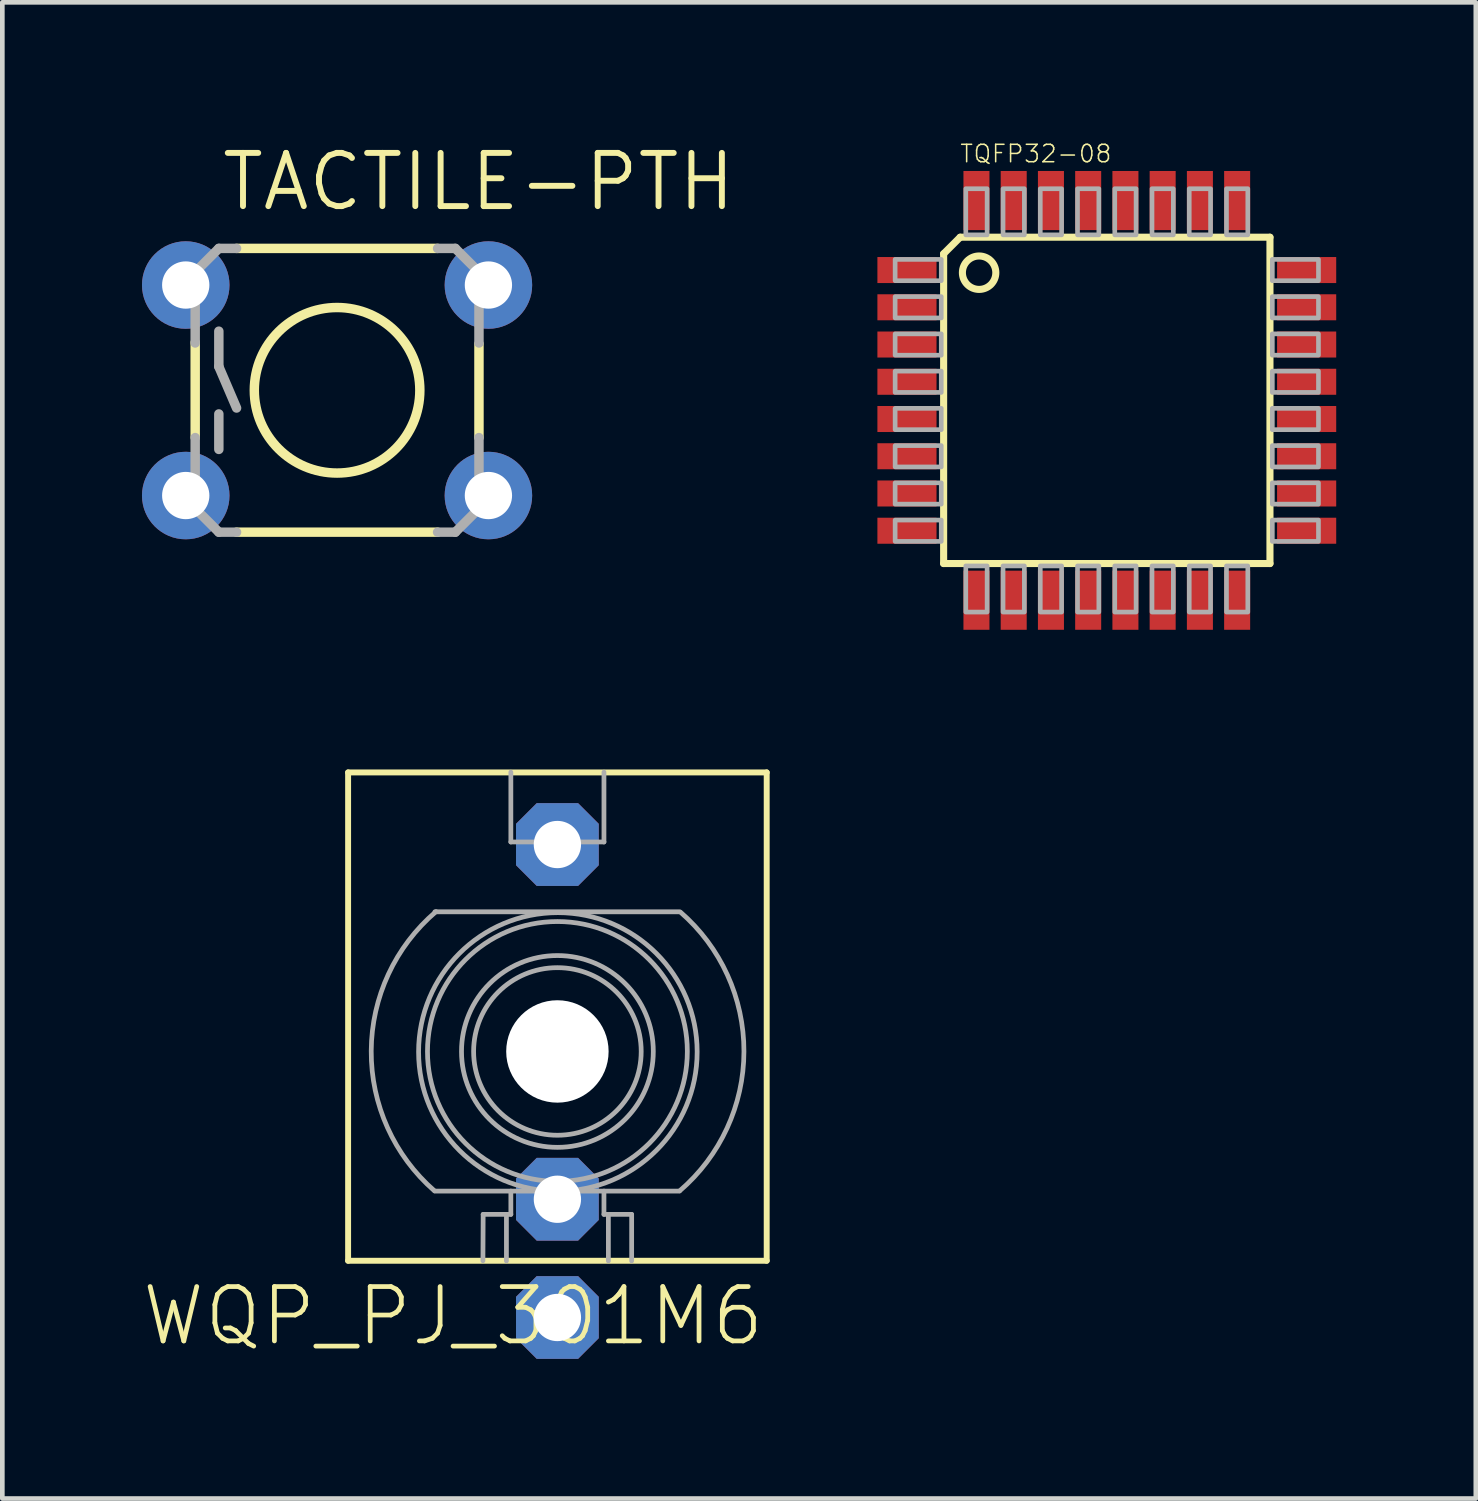
<source format=kicad_pcb>
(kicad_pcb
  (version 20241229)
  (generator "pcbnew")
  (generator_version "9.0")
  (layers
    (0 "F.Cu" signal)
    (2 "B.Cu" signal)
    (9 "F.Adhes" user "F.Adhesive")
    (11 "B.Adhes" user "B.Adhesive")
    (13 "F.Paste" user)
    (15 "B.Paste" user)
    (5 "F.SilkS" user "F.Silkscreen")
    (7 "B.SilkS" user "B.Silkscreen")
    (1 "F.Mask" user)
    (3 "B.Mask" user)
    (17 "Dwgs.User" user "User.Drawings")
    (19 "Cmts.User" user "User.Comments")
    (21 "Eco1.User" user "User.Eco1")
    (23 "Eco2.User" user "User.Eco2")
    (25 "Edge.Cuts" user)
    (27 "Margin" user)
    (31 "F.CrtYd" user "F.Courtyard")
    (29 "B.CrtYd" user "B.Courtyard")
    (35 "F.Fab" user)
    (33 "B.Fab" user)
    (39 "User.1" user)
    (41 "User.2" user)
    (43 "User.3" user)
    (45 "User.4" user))
  (footprint "WQP_PJ_301M6"
    (layer "F.Cu")
    (at 8.924 19.537)
    (property "Reference" "WQP_PJ_301M6" (at 4.5 5 0) (layer "F.SilkS") (effects (font (size 1.168 1.168) (thickness 0.102)) (justify right top)))
    (fp_line (start -4.496 -5.994) (end 4.496 -5.994) (stroke (width 0.127) (type solid)) (layer "F.SilkS"))
    (fp_line (start -4.496 4.496) (end -4.496 -5.994) (stroke (width 0.127) (type solid)) (layer "F.SilkS"))
    (fp_line (start 4.496 -5.994) (end 4.496 4.496) (stroke (width 0.127) (type solid)) (layer "F.SilkS"))
    (fp_line (start 4.496 4.496) (end -4.496 4.496) (stroke (width 0.127) (type solid)) (layer "F.SilkS"))
    (fp_line (start -2.631 -3) (end 2.62 -3) (stroke (width 0.102) (type solid)) (layer "F.Fab"))
    (fp_line (start -2.631 3) (end 2.62 3) (stroke (width 0.102) (type solid)) (layer "F.Fab"))
    (fp_line (start -1.6 4.496) (end -1.595 3.5) (stroke (width 0.102) (type solid)) (layer "F.Fab"))
    (fp_line (start -1.595 3.5) (end -1.095 3.5) (stroke (width 0.102) (type solid)) (layer "F.Fab"))
    (fp_line (start -1.095 3.5) (end -1.095 4.5) (stroke (width 0.102) (type solid)) (layer "F.Fab"))
    (fp_line (start -1.095 3.5) (end -1 3.5) (stroke (width 0.102) (type solid)) (layer "F.Fab"))
    (fp_line (start -1 -4.5) (end -1 -6) (stroke (width 0.102) (type solid)) (layer "F.Fab"))
    (fp_line (start -1 0) (end 1 0) (stroke (width 0.102) (type solid)) (layer "F.Fab"))
    (fp_line (start -1 3.5) (end -1 3) (stroke (width 0.102) (type solid)) (layer "F.Fab"))
    (fp_line (start 0 -1) (end 0 1) (stroke (width 0.102) (type solid)) (layer "F.Fab"))
    (fp_line (start 1 -6) (end 1 -4.5) (stroke (width 0.102) (type solid)) (layer "F.Fab"))
    (fp_line (start 1 -4.5) (end -1 -4.5) (stroke (width 0.102) (type solid)) (layer "F.Fab"))
    (fp_line (start 1 3) (end 1 3.5) (stroke (width 0.102) (type solid)) (layer "F.Fab"))
    (fp_line (start 1 3.5) (end 1.095 3.5) (stroke (width 0.102) (type solid)) (layer "F.Fab"))
    (fp_line (start 1.095 3.5) (end 1.095 4.5) (stroke (width 0.102) (type solid)) (layer "F.Fab"))
    (fp_line (start 1.095 3.5) (end 1.595 3.5) (stroke (width 0.102) (type solid)) (layer "F.Fab"))
    (fp_line (start 1.595 3.5) (end 1.595 4.5) (stroke (width 0.102) (type solid)) (layer "F.Fab"))
    (fp_arc (start -2.641998 2.994) (mid -3.999529 -0.012791) (end -2.608 -3.004) (stroke (width 0.1016) (type solid)) (layer "F.Fab"))
    (fp_arc (start 2.642 -2.994) (mid 4.007235 0.003208) (end 2.628 2.994) (stroke (width 0.1016) (type solid)) (layer "F.Fab"))
    (fp_circle (center 0 0) (end 1.8 0) (stroke (width 0.102) (type solid)) (fill no) (layer "F.Fab"))
    (fp_circle (center 0 0) (end 2.06 0) (stroke (width 0.102) (type solid)) (fill no) (layer "F.Fab"))
    (fp_circle (center 0 0) (end 2.791 0) (stroke (width 0.102) (type solid)) (fill no) (layer "F.Fab"))
    (fp_circle (center 0.01 0.01) (end 3.002 0.01) (stroke (width 0.102) (type solid)) (fill no) (layer "F.Fab"))
    (pad "" np_thru_hole circle (at 0 0) (size 2.2 2.2) (drill 2.2) (layers "*.Cu" "*.Mask"))
    (pad "P1" thru_hole roundrect (at 0 5.715) (size 1.778 1.778) (drill 1.016) (layers "*.Cu" "*.Mask") (roundrect_rratio 0.25) (chamfer_ratio 0.25) (chamfer top_left top_right bottom_left bottom_right))
    (pad "P2" thru_hole roundrect (at 0 3.175) (size 1.778 1.778) (drill 1.016) (layers "*.Cu" "*.Mask") (roundrect_rratio 0.25) (chamfer_ratio 0.25) (chamfer top_left top_right bottom_left bottom_right))
    (pad "P3" thru_hole roundrect (at 0 -4.445) (size 1.778 1.778) (drill 1.016) (layers "*.Cu" "*.Mask") (roundrect_rratio 0.25) (chamfer_ratio 0.25) (chamfer top_left top_right bottom_left bottom_right)))
  (footprint "TQFP32-08"
    (layer "F.Cu")
    (at 20.726 5.551)
    (property "Reference" "TQFP32-08" (at -3.175 -5.08 0) (layer "F.SilkS") (effects (font (size 0.374 0.374) (thickness 0.033)) (justify left bottom)))
    (fp_line (start -3.505 3.505) (end -3.505 -3.15) (stroke (width 0.152) (type solid)) (layer "F.SilkS"))
    (fp_line (start -3.15 -3.505) (end -3.505 -3.15) (stroke (width 0.152) (type solid)) (layer "F.SilkS"))
    (fp_line (start -3.15 -3.505) (end 3.505 -3.505) (stroke (width 0.152) (type solid)) (layer "F.SilkS"))
    (fp_line (start 3.505 -3.505) (end 3.505 3.505) (stroke (width 0.152) (type solid)) (layer "F.SilkS"))
    (fp_line (start 3.505 3.505) (end -3.505 3.505) (stroke (width 0.152) (type solid)) (layer "F.SilkS"))
    (fp_circle (center -2.743 -2.743) (end -2.384 -2.743) (stroke (width 0.152) (type solid)) (fill no) (layer "F.SilkS"))
    (fp_poly (pts (xy -4.547 -2.571) (xy -3.556 -2.571) (xy -3.556 -3.029) (xy -4.547 -3.029)) (stroke (width 0.1) (type solid)) (fill no) (layer "F.Fab"))
    (fp_poly (pts (xy -4.547 -1.771) (xy -3.556 -1.771) (xy -3.556 -2.229) (xy -4.547 -2.229)) (stroke (width 0.1) (type solid)) (fill no) (layer "F.Fab"))
    (fp_poly (pts (xy -4.547 -0.971) (xy -3.556 -0.971) (xy -3.556 -1.429) (xy -4.547 -1.429)) (stroke (width 0.1) (type solid)) (fill no) (layer "F.Fab"))
    (fp_poly (pts (xy -4.547 -0.171) (xy -3.556 -0.171) (xy -3.556 -0.629) (xy -4.547 -0.629)) (stroke (width 0.1) (type solid)) (fill no) (layer "F.Fab"))
    (fp_poly (pts (xy -4.547 0.629) (xy -3.556 0.629) (xy -3.556 0.171) (xy -4.547 0.171)) (stroke (width 0.1) (type solid)) (fill no) (layer "F.Fab"))
    (fp_poly (pts (xy -4.547 1.429) (xy -3.556 1.429) (xy -3.556 0.971) (xy -4.547 0.971)) (stroke (width 0.1) (type solid)) (fill no) (layer "F.Fab"))
    (fp_poly (pts (xy -4.547 2.229) (xy -3.556 2.229) (xy -3.556 1.771) (xy -4.547 1.771)) (stroke (width 0.1) (type solid)) (fill no) (layer "F.Fab"))
    (fp_poly (pts (xy -4.547 3.029) (xy -3.556 3.029) (xy -3.556 2.571) (xy -4.547 2.571)) (stroke (width 0.1) (type solid)) (fill no) (layer "F.Fab"))
    (fp_poly (pts (xy -3.029 -3.556) (xy -2.571 -3.556) (xy -2.571 -4.547) (xy -3.029 -4.547)) (stroke (width 0.1) (type solid)) (fill no) (layer "F.Fab"))
    (fp_poly (pts (xy -3.029 4.547) (xy -2.571 4.547) (xy -2.571 3.556) (xy -3.029 3.556)) (stroke (width 0.1) (type solid)) (fill no) (layer "F.Fab"))
    (fp_poly (pts (xy -2.229 -3.556) (xy -1.771 -3.556) (xy -1.771 -4.547) (xy -2.229 -4.547)) (stroke (width 0.1) (type solid)) (fill no) (layer "F.Fab"))
    (fp_poly (pts (xy -2.229 4.547) (xy -1.771 4.547) (xy -1.771 3.556) (xy -2.229 3.556)) (stroke (width 0.1) (type solid)) (fill no) (layer "F.Fab"))
    (fp_poly (pts (xy -1.429 -3.556) (xy -0.971 -3.556) (xy -0.971 -4.547) (xy -1.429 -4.547)) (stroke (width 0.1) (type solid)) (fill no) (layer "F.Fab"))
    (fp_poly (pts (xy -1.429 4.547) (xy -0.971 4.547) (xy -0.971 3.556) (xy -1.429 3.556)) (stroke (width 0.1) (type solid)) (fill no) (layer "F.Fab"))
    (fp_poly (pts (xy -0.629 -3.556) (xy -0.171 -3.556) (xy -0.171 -4.547) (xy -0.629 -4.547)) (stroke (width 0.1) (type solid)) (fill no) (layer "F.Fab"))
    (fp_poly (pts (xy -0.629 4.547) (xy -0.171 4.547) (xy -0.171 3.556) (xy -0.629 3.556)) (stroke (width 0.1) (type solid)) (fill no) (layer "F.Fab"))
    (fp_poly (pts (xy 0.171 -3.556) (xy 0.629 -3.556) (xy 0.629 -4.547) (xy 0.171 -4.547)) (stroke (width 0.1) (type solid)) (fill no) (layer "F.Fab"))
    (fp_poly (pts (xy 0.171 4.547) (xy 0.629 4.547) (xy 0.629 3.556) (xy 0.171 3.556)) (stroke (width 0.1) (type solid)) (fill no) (layer "F.Fab"))
    (fp_poly (pts (xy 0.971 -3.556) (xy 1.429 -3.556) (xy 1.429 -4.547) (xy 0.971 -4.547)) (stroke (width 0.1) (type solid)) (fill no) (layer "F.Fab"))
    (fp_poly (pts (xy 0.971 4.547) (xy 1.429 4.547) (xy 1.429 3.556) (xy 0.971 3.556)) (stroke (width 0.1) (type solid)) (fill no) (layer "F.Fab"))
    (fp_poly (pts (xy 1.771 -3.556) (xy 2.229 -3.556) (xy 2.229 -4.547) (xy 1.771 -4.547)) (stroke (width 0.1) (type solid)) (fill no) (layer "F.Fab"))
    (fp_poly (pts (xy 1.771 4.547) (xy 2.229 4.547) (xy 2.229 3.556) (xy 1.771 3.556)) (stroke (width 0.1) (type solid)) (fill no) (layer "F.Fab"))
    (fp_poly (pts (xy 2.571 -3.556) (xy 3.029 -3.556) (xy 3.029 -4.547) (xy 2.571 -4.547)) (stroke (width 0.1) (type solid)) (fill no) (layer "F.Fab"))
    (fp_poly (pts (xy 2.571 4.547) (xy 3.029 4.547) (xy 3.029 3.556) (xy 2.571 3.556)) (stroke (width 0.1) (type solid)) (fill no) (layer "F.Fab"))
    (fp_poly (pts (xy 3.556 -2.571) (xy 4.547 -2.571) (xy 4.547 -3.029) (xy 3.556 -3.029)) (stroke (width 0.1) (type solid)) (fill no) (layer "F.Fab"))
    (fp_poly (pts (xy 3.556 -1.771) (xy 4.547 -1.771) (xy 4.547 -2.229) (xy 3.556 -2.229)) (stroke (width 0.1) (type solid)) (fill no) (layer "F.Fab"))
    (fp_poly (pts (xy 3.556 -0.971) (xy 4.547 -0.971) (xy 4.547 -1.429) (xy 3.556 -1.429)) (stroke (width 0.1) (type solid)) (fill no) (layer "F.Fab"))
    (fp_poly (pts (xy 3.556 -0.171) (xy 4.547 -0.171) (xy 4.547 -0.629) (xy 3.556 -0.629)) (stroke (width 0.1) (type solid)) (fill no) (layer "F.Fab"))
    (fp_poly (pts (xy 3.556 0.629) (xy 4.547 0.629) (xy 4.547 0.171) (xy 3.556 0.171)) (stroke (width 0.1) (type solid)) (fill no) (layer "F.Fab"))
    (fp_poly (pts (xy 3.556 1.429) (xy 4.547 1.429) (xy 4.547 0.971) (xy 3.556 0.971)) (stroke (width 0.1) (type solid)) (fill no) (layer "F.Fab"))
    (fp_poly (pts (xy 3.556 2.229) (xy 4.547 2.229) (xy 4.547 1.771) (xy 3.556 1.771)) (stroke (width 0.1) (type solid)) (fill no) (layer "F.Fab"))
    (fp_poly (pts (xy 3.556 3.029) (xy 4.547 3.029) (xy 4.547 2.571) (xy 3.556 2.571)) (stroke (width 0.1) (type solid)) (fill no) (layer "F.Fab"))
    (pad "1" smd rect (at -4.293 -2.8) (size 1.27 0.559) (layers "F.Cu" "F.Mask" "F.Paste"))
    (pad "2" smd rect (at -4.293 -2) (size 1.27 0.559) (layers "F.Cu" "F.Mask" "F.Paste"))
    (pad "3" smd rect (at -4.293 -1.2) (size 1.27 0.559) (layers "F.Cu" "F.Mask" "F.Paste"))
    (pad "4" smd rect (at -4.293 -0.4) (size 1.27 0.559) (layers "F.Cu" "F.Mask" "F.Paste"))
    (pad "5" smd rect (at -4.293 0.4) (size 1.27 0.559) (layers "F.Cu" "F.Mask" "F.Paste"))
    (pad "6" smd rect (at -4.293 1.2) (size 1.27 0.559) (layers "F.Cu" "F.Mask" "F.Paste"))
    (pad "7" smd rect (at -4.293 2) (size 1.27 0.559) (layers "F.Cu" "F.Mask" "F.Paste"))
    (pad "8" smd rect (at -4.293 2.8) (size 1.27 0.559) (layers "F.Cu" "F.Mask" "F.Paste"))
    (pad "9" smd rect (at -2.8 4.293) (size 0.559 1.27) (layers "F.Cu" "F.Mask" "F.Paste"))
    (pad "10" smd rect (at -2 4.293) (size 0.559 1.27) (layers "F.Cu" "F.Mask" "F.Paste"))
    (pad "11" smd rect (at -1.2 4.293) (size 0.559 1.27) (layers "F.Cu" "F.Mask" "F.Paste"))
    (pad "12" smd rect (at -0.4 4.293) (size 0.559 1.27) (layers "F.Cu" "F.Mask" "F.Paste"))
    (pad "13" smd rect (at 0.4 4.293) (size 0.559 1.27) (layers "F.Cu" "F.Mask" "F.Paste"))
    (pad "14" smd rect (at 1.2 4.293) (size 0.559 1.27) (layers "F.Cu" "F.Mask" "F.Paste"))
    (pad "15" smd rect (at 2 4.293) (size 0.559 1.27) (layers "F.Cu" "F.Mask" "F.Paste"))
    (pad "16" smd rect (at 2.8 4.293) (size 0.559 1.27) (layers "F.Cu" "F.Mask" "F.Paste"))
    (pad "17" smd rect (at 4.293 2.8) (size 1.27 0.559) (layers "F.Cu" "F.Mask" "F.Paste"))
    (pad "18" smd rect (at 4.293 2) (size 1.27 0.559) (layers "F.Cu" "F.Mask" "F.Paste"))
    (pad "19" smd rect (at 4.293 1.2) (size 1.27 0.559) (layers "F.Cu" "F.Mask" "F.Paste"))
    (pad "20" smd rect (at 4.293 0.4) (size 1.27 0.559) (layers "F.Cu" "F.Mask" "F.Paste"))
    (pad "21" smd rect (at 4.293 -0.4) (size 1.27 0.559) (layers "F.Cu" "F.Mask" "F.Paste"))
    (pad "22" smd rect (at 4.293 -1.2) (size 1.27 0.559) (layers "F.Cu" "F.Mask" "F.Paste"))
    (pad "23" smd rect (at 4.293 -2) (size 1.27 0.559) (layers "F.Cu" "F.Mask" "F.Paste"))
    (pad "24" smd rect (at 4.293 -2.8) (size 1.27 0.559) (layers "F.Cu" "F.Mask" "F.Paste"))
    (pad "25" smd rect (at 2.8 -4.293) (size 0.559 1.27) (layers "F.Cu" "F.Mask" "F.Paste"))
    (pad "26" smd rect (at 2 -4.293) (size 0.559 1.27) (layers "F.Cu" "F.Mask" "F.Paste"))
    (pad "27" smd rect (at 1.2 -4.293) (size 0.559 1.27) (layers "F.Cu" "F.Mask" "F.Paste"))
    (pad "28" smd rect (at 0.4 -4.293) (size 0.559 1.27) (layers "F.Cu" "F.Mask" "F.Paste"))
    (pad "29" smd rect (at -0.4 -4.293) (size 0.559 1.27) (layers "F.Cu" "F.Mask" "F.Paste"))
    (pad "30" smd rect (at -1.2 -4.293) (size 0.559 1.27) (layers "F.Cu" "F.Mask" "F.Paste"))
    (pad "31" smd rect (at -2 -4.293) (size 0.559 1.27) (layers "F.Cu" "F.Mask" "F.Paste"))
    (pad "32" smd rect (at -2.8 -4.293) (size 0.559 1.27) (layers "F.Cu" "F.Mask" "F.Paste")))
  (footprint "TACTILE-PTH"
    (layer "F.Cu")
    (at 4.191 5.334)
    (property "Reference" "TACTILE-PTH" (at -2.54 -3.81 0) (layer "F.SilkS") (effects (font (size 1.143 1.143) (thickness 0.127)) (justify left bottom)))
    (fp_line (start -3.048 -1.028) (end -3.048 1.016) (stroke (width 0.203) (type solid)) (layer "F.SilkS"))
    (fp_line (start -2.159 3.048) (end 2.159 3.048) (stroke (width 0.203) (type solid)) (layer "F.SilkS"))
    (fp_line (start 2.159 -3.048) (end -2.159 -3.048) (stroke (width 0.203) (type solid)) (layer "F.SilkS"))
    (fp_line (start 3.048 -0.998) (end 3.048 1.016) (stroke (width 0.203) (type solid)) (layer "F.SilkS"))
    (fp_circle (center 0 0) (end 1.778 0) (stroke (width 0.203) (type solid)) (fill no) (layer "F.SilkS"))
    (fp_line (start -3.048 -2.54) (end -3.048 -1.016) (stroke (width 0.203) (type solid)) (layer "F.Fab"))
    (fp_line (start -3.048 2.54) (end -3.048 1.016) (stroke (width 0.203) (type solid)) (layer "F.Fab"))
    (fp_line (start -2.54 -3.048) (end -3.048 -2.54) (stroke (width 0.203) (type solid)) (layer "F.Fab"))
    (fp_line (start -2.54 -3.048) (end -2.159 -3.048) (stroke (width 0.203) (type solid)) (layer "F.Fab"))
    (fp_line (start -2.54 -1.27) (end -2.54 -0.508) (stroke (width 0.203) (type solid)) (layer "F.Fab"))
    (fp_line (start -2.54 -0.508) (end -2.159 0.381) (stroke (width 0.203) (type solid)) (layer "F.Fab"))
    (fp_line (start -2.54 0.508) (end -2.54 1.27) (stroke (width 0.203) (type solid)) (layer "F.Fab"))
    (fp_line (start -2.54 3.048) (end -3.048 2.54) (stroke (width 0.203) (type solid)) (layer "F.Fab"))
    (fp_line (start -2.54 3.048) (end -2.159 3.048) (stroke (width 0.203) (type solid)) (layer "F.Fab"))
    (fp_line (start 2.54 -3.048) (end 2.159 -3.048) (stroke (width 0.203) (type solid)) (layer "F.Fab"))
    (fp_line (start 2.54 3.048) (end 2.159 3.048) (stroke (width 0.203) (type solid)) (layer "F.Fab"))
    (fp_line (start 2.54 3.048) (end 3.048 2.54) (stroke (width 0.203) (type solid)) (layer "F.Fab"))
    (fp_line (start 3.048 -2.54) (end 2.54 -3.048) (stroke (width 0.203) (type solid)) (layer "F.Fab"))
    (fp_line (start 3.048 -1.016) (end 3.048 -2.54) (stroke (width 0.203) (type solid)) (layer "F.Fab"))
    (fp_line (start 3.048 2.54) (end 3.048 1.016) (stroke (width 0.203) (type solid)) (layer "F.Fab"))
    (pad "1" thru_hole circle (at -3.251 -2.261) (size 1.88 1.88) (drill 1.016) (layers "*.Cu" "*.Mask"))
    (pad "2" thru_hole circle (at 3.251 -2.261) (size 1.88 1.88) (drill 1.016) (layers "*.Cu" "*.Mask"))
    (pad "3" thru_hole circle (at -3.251 2.261) (size 1.88 1.88) (drill 1.016) (layers "*.Cu" "*.Mask"))
    (pad "4" thru_hole circle (at 3.251 2.261) (size 1.88 1.88) (drill 1.016) (layers "*.Cu" "*.Mask")))
  (gr_rect
    (start -3 -3)
    (end 28.653 29.141)
    (stroke (width 0.1) (type default))
    (fill no)
    (layer "Edge.Cuts")))
</source>
